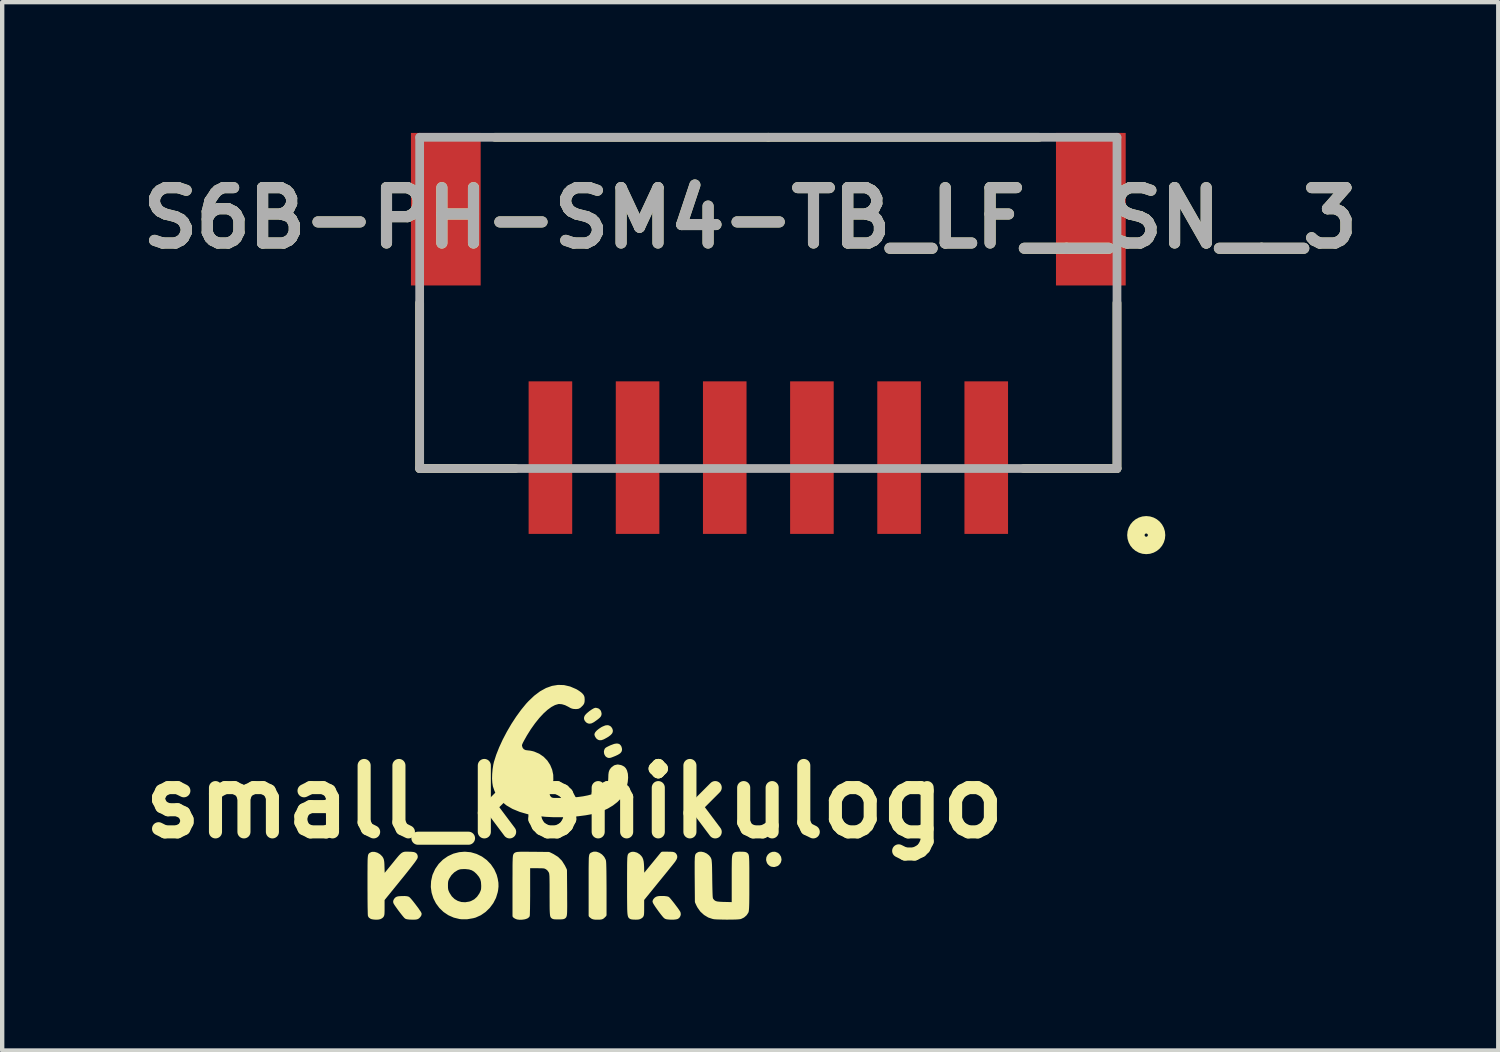
<source format=kicad_pcb>
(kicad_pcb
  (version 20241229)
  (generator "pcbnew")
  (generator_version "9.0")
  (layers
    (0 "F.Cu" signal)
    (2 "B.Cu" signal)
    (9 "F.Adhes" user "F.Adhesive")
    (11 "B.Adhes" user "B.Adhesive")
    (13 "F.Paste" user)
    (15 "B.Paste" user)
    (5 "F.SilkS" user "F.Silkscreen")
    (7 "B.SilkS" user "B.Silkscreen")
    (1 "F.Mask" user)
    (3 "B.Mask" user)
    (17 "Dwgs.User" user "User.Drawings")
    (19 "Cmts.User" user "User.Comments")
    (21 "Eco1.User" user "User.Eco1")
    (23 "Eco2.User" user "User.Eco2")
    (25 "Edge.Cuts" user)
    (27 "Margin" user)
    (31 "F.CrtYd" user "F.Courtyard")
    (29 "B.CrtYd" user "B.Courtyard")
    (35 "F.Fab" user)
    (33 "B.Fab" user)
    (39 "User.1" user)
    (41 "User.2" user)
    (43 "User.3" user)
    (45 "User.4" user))
  (footprint "S6B-PH-SM4-TB_LF__SN__3"
    (layer "F.Cu")
    (at 14.579 3.45)
    (property "Reference" "S6B-PH-SM4-TB_LF__SN__3" (at -0.415 -1.499 0) (layer "F.SilkS") (effects (font (size 1.27 1.27) (thickness 0.254))))
    (attr smd)
    (fp_line (start -8 4.25) (end -8 0.45) (stroke (width 0.2) (type solid)) (layer "F.SilkS"))
    (fp_line (start -8 4.25) (end -5.803 4.25) (stroke (width 0.2) (type solid)) (layer "F.SilkS"))
    (fp_line (start 0 -3.35) (end -6.275 -3.35) (stroke (width 0.2) (type solid)) (layer "F.SilkS"))
    (fp_line (start 0 -3.35) (end 6.212 -3.35) (stroke (width 0.2) (type solid)) (layer "F.SilkS"))
    (fp_line (start 8 4.25) (end 5.858 4.25) (stroke (width 0.2) (type solid)) (layer "F.SilkS"))
    (fp_line (start 8 4.25) (end 8 0.45) (stroke (width 0.2) (type solid)) (layer "F.SilkS"))
    (fp_circle (center 8.671 5.778) (end 8.671 6.015) (stroke (width 0.4) (type solid)) (fill no) (layer "F.SilkS"))
    (fp_line (start -8 -3.35) (end -8 4.25) (stroke (width 0.2) (type solid)) (layer "F.Fab"))
    (fp_line (start -8 4.25) (end 8 4.25) (stroke (width 0.2) (type solid)) (layer "F.Fab"))
    (fp_line (start 8 -3.35) (end -8 -3.35) (stroke (width 0.2) (type solid)) (layer "F.Fab"))
    (fp_line (start 8 4.25) (end 8 -3.35) (stroke (width 0.2) (type solid)) (layer "F.Fab"))
    (fp_text user "${REFERENCE}" (at -0.415 -1.499 0) (layer "F.Fab") (effects (font (size 1.27 1.27) (thickness 0.254))))
    (pad "1" smd rect (at 5 4) (size 1 3.5) (layers "F.Cu" "F.Mask" "F.Paste"))
    (pad "2" smd rect (at 3 4) (size 1 3.5) (layers "F.Cu" "F.Mask" "F.Paste"))
    (pad "3" smd rect (at 1 4) (size 1 3.5) (layers "F.Cu" "F.Mask" "F.Paste"))
    (pad "4" smd rect (at -1 4) (size 1 3.5) (layers "F.Cu" "F.Mask" "F.Paste"))
    (pad "5" smd rect (at -3 4) (size 1 3.5) (layers "F.Cu" "F.Mask" "F.Paste"))
    (pad "6" smd rect (at -5 4) (size 1 3.5) (layers "F.Cu" "F.Mask" "F.Paste"))
    (pad "7" smd rect (at -7.4 -1.7) (size 1.6 3.5) (layers "F.Cu" "F.Mask" "F.Paste"))
    (pad "8" smd rect (at 7.4 -1.7) (size 1.6 3.5) (layers "F.Cu" "F.Mask" "F.Paste")))
  (footprint "small_konikulogo"
    (layer "F.Cu")
    (at 10.131 15.348)
    (property "Reference" "small_konikulogo" (at 0 0 0) (layer "F.SilkS") (effects (font (size 1.524 1.524) (thickness 0.3))))
    (attr through_hole)
    (fp_poly (pts (xy 4.623 1.379) (xy 4.613 1.384) (xy 4.61 1.384) (xy 4.598 1.375) (xy 4.597 1.371) (xy 4.605 1.363) (xy 4.61 1.365) (xy 4.622 1.377) (xy 4.623 1.379)) (stroke (width 0.1) (type solid)) (fill yes) (layer "F.SilkS"))
    (fp_poly (pts (xy 0.832 -1.629) (xy 0.824 -1.6) (xy 0.797 -1.57) (xy 0.751 -1.535) (xy 0.712 -1.512) (xy 0.653 -1.48) (xy 0.608 -1.464) (xy 0.574 -1.464) (xy 0.547 -1.48) (xy 0.534 -1.494) (xy 0.516 -1.523) (xy 0.508 -1.546) (xy 0.508 -1.546) (xy 0.519 -1.57) (xy 0.547 -1.601) (xy 0.589 -1.635) (xy 0.64 -1.669) (xy 0.665 -1.682) (xy 0.723 -1.706) (xy 0.768 -1.709) (xy 0.802 -1.691) (xy 0.823 -1.66) (xy 0.832 -1.629)) (stroke (width 0.1) (type solid)) (fill yes) (layer "F.SilkS"))
    (fp_poly (pts (xy 0.572 -2.025) (xy 0.57 -2.003) (xy 0.561 -1.984) (xy 0.542 -1.963) (xy 0.509 -1.935) (xy 0.478 -1.912) (xy 0.42 -1.871) (xy 0.375 -1.848) (xy 0.339 -1.843) (xy 0.31 -1.854) (xy 0.293 -1.869) (xy 0.272 -1.898) (xy 0.268 -1.927) (xy 0.282 -1.958) (xy 0.315 -1.994) (xy 0.369 -2.039) (xy 0.377 -2.045) (xy 0.419 -2.074) (xy 0.457 -2.097) (xy 0.484 -2.108) (xy 0.488 -2.108) (xy 0.531 -2.097) (xy 0.561 -2.067) (xy 0.572 -2.025)) (stroke (width 0.1) (type solid)) (fill yes) (layer "F.SilkS"))
    (fp_poly (pts (xy 1.042 -1.206) (xy 1.037 -1.176) (xy 1.015 -1.15) (xy 0.973 -1.124) (xy 0.922 -1.1) (xy 0.863 -1.076) (xy 0.822 -1.061) (xy 0.794 -1.056) (xy 0.774 -1.061) (xy 0.756 -1.073) (xy 0.749 -1.079) (xy 0.73 -1.113) (xy 0.725 -1.154) (xy 0.736 -1.189) (xy 0.742 -1.198) (xy 0.762 -1.211) (xy 0.799 -1.23) (xy 0.846 -1.252) (xy 0.859 -1.257) (xy 0.924 -1.281) (xy 0.972 -1.289) (xy 1.005 -1.282) (xy 1.026 -1.259) (xy 1.033 -1.243) (xy 1.042 -1.206)) (stroke (width 0.1) (type solid)) (fill yes) (layer "F.SilkS"))
    (fp_poly (pts (xy 4.614 1.308) (xy 4.607 1.319) (xy 4.594 1.325) (xy 4.594 1.298) (xy 4.589 1.285) (xy 4.579 1.283) (xy 4.562 1.293) (xy 4.559 1.303) (xy 4.567 1.317) (xy 4.582 1.314) (xy 4.594 1.298) (xy 4.594 1.325) (xy 4.582 1.332) (xy 4.57 1.333) (xy 4.55 1.345) (xy 4.543 1.362) (xy 4.54 1.367) (xy 4.537 1.35) (xy 4.536 1.324) (xy 4.536 1.285) (xy 4.54 1.265) (xy 4.551 1.258) (xy 4.565 1.257) (xy 4.594 1.266) (xy 4.612 1.285) (xy 4.614 1.308)) (stroke (width 0.1) (type solid)) (fill yes) (layer "F.SilkS"))
    (fp_poly (pts (xy 4.701 1.326) (xy 4.689 1.374) (xy 4.679 1.387) (xy 4.679 1.316) (xy 4.671 1.272) (xy 4.656 1.246) (xy 4.617 1.218) (xy 4.574 1.211) (xy 4.532 1.221) (xy 4.497 1.246) (xy 4.473 1.282) (xy 4.466 1.327) (xy 4.472 1.359) (xy 4.498 1.399) (xy 4.538 1.423) (xy 4.583 1.429) (xy 4.629 1.416) (xy 4.654 1.397) (xy 4.674 1.361) (xy 4.679 1.316) (xy 4.679 1.387) (xy 4.658 1.414) (xy 4.636 1.429) (xy 4.58 1.446) (xy 4.528 1.439) (xy 4.51 1.43) (xy 4.48 1.405) (xy 4.463 1.383) (xy 4.447 1.333) (xy 4.451 1.286) (xy 4.473 1.245) (xy 4.507 1.214) (xy 4.549 1.197) (xy 4.595 1.195) (xy 4.64 1.213) (xy 4.662 1.231) (xy 4.692 1.276) (xy 4.701 1.326)) (stroke (width 0.1) (type solid)) (fill yes) (layer "F.SilkS"))
    (fp_poly (pts (xy 2.39 2.583) (xy 2.376 2.618) (xy 2.351 2.641) (xy 2.322 2.648) (xy 2.277 2.653) (xy 2.223 2.654) (xy 2.17 2.651) (xy 2.125 2.646) (xy 2.099 2.638) (xy 2.08 2.622) (xy 2.052 2.59) (xy 2.017 2.546) (xy 1.978 2.495) (xy 1.939 2.441) (xy 1.902 2.389) (xy 1.872 2.343) (xy 1.85 2.307) (xy 1.842 2.286) (xy 1.841 2.285) (xy 1.851 2.262) (xy 1.874 2.237) (xy 1.875 2.236) (xy 1.898 2.222) (xy 1.926 2.214) (xy 1.967 2.21) (xy 2.009 2.21) (xy 2.06 2.211) (xy 2.104 2.216) (xy 2.132 2.222) (xy 2.135 2.223) (xy 2.15 2.237) (xy 2.176 2.267) (xy 2.21 2.309) (xy 2.249 2.358) (xy 2.288 2.41) (xy 2.326 2.46) (xy 2.357 2.504) (xy 2.379 2.538) (xy 2.385 2.548) (xy 2.39 2.583)) (stroke (width 0.1) (type solid)) (fill yes) (layer "F.SilkS"))
    (fp_poly (pts (xy -3.556 2.574) (xy -3.564 2.595) (xy -3.585 2.621) (xy -3.587 2.623) (xy -3.605 2.639) (xy -3.625 2.648) (xy -3.654 2.652) (xy -3.698 2.654) (xy -3.724 2.653) (xy -3.776 2.652) (xy -3.821 2.647) (xy -3.85 2.641) (xy -3.854 2.64) (xy -3.87 2.626) (xy -3.897 2.595) (xy -3.931 2.553) (xy -3.97 2.503) (xy -4.01 2.45) (xy -4.047 2.398) (xy -4.079 2.353) (xy -4.101 2.318) (xy -4.111 2.298) (xy -4.108 2.275) (xy -4.091 2.247) (xy -4.076 2.232) (xy -4.057 2.222) (xy -4.028 2.216) (xy -3.982 2.213) (xy -3.959 2.212) (xy -3.898 2.211) (xy -3.851 2.215) (xy -3.824 2.222) (xy -3.807 2.237) (xy -3.78 2.267) (xy -3.744 2.31) (xy -3.705 2.36) (xy -3.665 2.413) (xy -3.626 2.464) (xy -3.594 2.511) (xy -3.569 2.547) (xy -3.557 2.57) (xy -3.556 2.574)) (stroke (width 0.1) (type solid)) (fill yes) (layer "F.SilkS"))
    (fp_poly (pts (xy 0.686 2.592) (xy 0.655 2.623) (xy 0.635 2.64) (xy 0.613 2.649) (xy 0.581 2.653) (xy 0.531 2.654) (xy 0.529 2.654) (xy 0.474 2.653) (xy 0.438 2.647) (xy 0.412 2.636) (xy 0.405 2.63) (xy 0.375 2.606) (xy 0.375 1.918) (xy 0.375 1.768) (xy 0.375 1.642) (xy 0.375 1.537) (xy 0.376 1.451) (xy 0.377 1.382) (xy 0.378 1.329) (xy 0.379 1.289) (xy 0.382 1.26) (xy 0.385 1.24) (xy 0.388 1.227) (xy 0.392 1.218) (xy 0.397 1.213) (xy 0.399 1.212) (xy 0.445 1.193) (xy 0.497 1.194) (xy 0.55 1.213) (xy 0.6 1.246) (xy 0.642 1.292) (xy 0.67 1.346) (xy 0.673 1.356) (xy 0.676 1.381) (xy 0.679 1.43) (xy 0.681 1.501) (xy 0.683 1.594) (xy 0.684 1.706) (xy 0.685 1.836) (xy 0.686 1.983) (xy 0.686 1.998) (xy 0.686 2.592)) (stroke (width 0.1) (type solid)) (fill yes) (layer "F.SilkS"))
    (fp_poly (pts (xy 2.309 1.269) (xy 2.296 1.302) (xy 2.268 1.346) (xy 2.231 1.393) (xy 2.205 1.426) (xy 2.164 1.476) (xy 2.113 1.54) (xy 2.053 1.614) (xy 1.986 1.696) (xy 1.916 1.782) (xy 1.85 1.863) (xy 1.549 2.234) (xy 1.549 2.418) (xy 1.549 2.49) (xy 1.548 2.54) (xy 1.546 2.574) (xy 1.542 2.596) (xy 1.535 2.611) (xy 1.524 2.622) (xy 1.516 2.628) (xy 1.488 2.644) (xy 1.453 2.652) (xy 1.405 2.653) (xy 1.36 2.652) (xy 1.324 2.649) (xy 1.308 2.645) (xy 1.297 2.641) (xy 1.288 2.635) (xy 1.28 2.626) (xy 1.274 2.611) (xy 1.269 2.588) (xy 1.265 2.556) (xy 1.262 2.513) (xy 1.26 2.455) (xy 1.259 2.382) (xy 1.258 2.292) (xy 1.257 2.181) (xy 1.257 2.049) (xy 1.257 1.917) (xy 1.257 1.768) (xy 1.257 1.642) (xy 1.258 1.538) (xy 1.258 1.452) (xy 1.259 1.384) (xy 1.261 1.331) (xy 1.262 1.291) (xy 1.265 1.262) (xy 1.268 1.242) (xy 1.271 1.229) (xy 1.276 1.22) (xy 1.281 1.215) (xy 1.318 1.197) (xy 1.366 1.197) (xy 1.417 1.212) (xy 1.465 1.243) (xy 1.471 1.249) (xy 1.496 1.274) (xy 1.515 1.301) (xy 1.528 1.333) (xy 1.538 1.374) (xy 1.544 1.429) (xy 1.548 1.503) (xy 1.549 1.557) (xy 1.556 1.761) (xy 1.788 1.477) (xy 2.02 1.194) (xy 2.145 1.194) (xy 2.205 1.195) (xy 2.244 1.197) (xy 2.27 1.203) (xy 2.286 1.212) (xy 2.29 1.217) (xy 2.306 1.241) (xy 2.309 1.269)) (stroke (width 0.1) (type solid)) (fill yes) (layer "F.SilkS"))
    (fp_poly (pts (xy -3.645 1.265) (xy -3.651 1.28) (xy -3.669 1.309) (xy -3.699 1.353) (xy -3.744 1.412) (xy -3.802 1.487) (xy -3.875 1.579) (xy -3.963 1.689) (xy -4.026 1.766) (xy -4.407 2.236) (xy -4.407 2.419) (xy -4.407 2.49) (xy -4.408 2.541) (xy -4.41 2.575) (xy -4.415 2.597) (xy -4.422 2.611) (xy -4.433 2.622) (xy -4.44 2.628) (xy -4.469 2.644) (xy -4.506 2.652) (xy -4.551 2.654) (xy -4.598 2.651) (xy -4.636 2.645) (xy -4.655 2.639) (xy -4.679 2.622) (xy -4.689 2.611) (xy -4.691 2.596) (xy -4.693 2.558) (xy -4.694 2.499) (xy -4.696 2.422) (xy -4.697 2.33) (xy -4.698 2.224) (xy -4.698 2.106) (xy -4.699 1.98) (xy -4.699 1.916) (xy -4.699 1.767) (xy -4.699 1.642) (xy -4.698 1.537) (xy -4.698 1.452) (xy -4.697 1.384) (xy -4.696 1.331) (xy -4.694 1.291) (xy -4.691 1.262) (xy -4.689 1.242) (xy -4.685 1.229) (xy -4.681 1.22) (xy -4.676 1.215) (xy -4.639 1.197) (xy -4.592 1.198) (xy -4.541 1.213) (xy -4.492 1.242) (xy -4.451 1.282) (xy -4.445 1.291) (xy -4.433 1.31) (xy -4.425 1.329) (xy -4.419 1.353) (xy -4.414 1.386) (xy -4.411 1.433) (xy -4.409 1.498) (xy -4.407 1.551) (xy -4.401 1.765) (xy -4.197 1.515) (xy -4.126 1.428) (xy -4.069 1.357) (xy -4.024 1.303) (xy -3.988 1.261) (xy -3.959 1.232) (xy -3.935 1.212) (xy -3.914 1.201) (xy -3.893 1.195) (xy -3.869 1.193) (xy -3.841 1.193) (xy -3.807 1.194) (xy -3.806 1.194) (xy -3.738 1.196) (xy -3.692 1.202) (xy -3.663 1.215) (xy -3.649 1.236) (xy -3.645 1.265)) (stroke (width 0.1) (type solid)) (fill yes) (layer "F.SilkS"))
    (fp_poly (pts (xy -1.793 1.94) (xy -1.802 2.023) (xy -1.81 2.064) (xy -1.847 2.185) (xy -1.905 2.298) (xy -1.981 2.4) (xy -2.071 2.488) (xy -2.09 2.501) (xy -2.09 1.939) (xy -2.09 1.918) (xy -2.096 1.83) (xy -2.115 1.758) (xy -2.15 1.693) (xy -2.205 1.626) (xy -2.21 1.62) (xy -2.273 1.562) (xy -2.337 1.524) (xy -2.409 1.502) (xy -2.495 1.493) (xy -2.521 1.492) (xy -2.582 1.494) (xy -2.626 1.498) (xy -2.664 1.508) (xy -2.704 1.524) (xy -2.705 1.525) (xy -2.789 1.578) (xy -2.862 1.651) (xy -2.917 1.737) (xy -2.917 1.738) (xy -2.936 1.779) (xy -2.947 1.817) (xy -2.952 1.86) (xy -2.953 1.918) (xy -2.952 1.975) (xy -2.947 2.018) (xy -2.936 2.055) (xy -2.917 2.098) (xy -2.911 2.111) (xy -2.854 2.2) (xy -2.782 2.27) (xy -2.698 2.319) (xy -2.604 2.348) (xy -2.504 2.354) (xy -2.399 2.337) (xy -2.354 2.322) (xy -2.271 2.278) (xy -2.198 2.212) (xy -2.14 2.129) (xy -2.131 2.111) (xy -2.11 2.065) (xy -2.097 2.028) (xy -2.092 1.99) (xy -2.09 1.939) (xy -2.09 2.501) (xy -2.173 2.558) (xy -2.284 2.608) (xy -2.332 2.621) (xy -2.465 2.644) (xy -2.588 2.644) (xy -2.626 2.64) (xy -2.753 2.609) (xy -2.869 2.558) (xy -2.973 2.488) (xy -3.062 2.402) (xy -3.136 2.303) (xy -3.192 2.193) (xy -3.229 2.075) (xy -3.246 1.952) (xy -3.24 1.826) (xy -3.212 1.699) (xy -3.207 1.685) (xy -3.152 1.564) (xy -3.077 1.456) (xy -2.986 1.365) (xy -2.88 1.291) (xy -2.762 1.236) (xy -2.636 1.204) (xy -2.517 1.194) (xy -2.387 1.206) (xy -2.264 1.242) (xy -2.149 1.298) (xy -2.046 1.373) (xy -1.957 1.465) (xy -1.885 1.571) (xy -1.832 1.689) (xy -1.81 1.772) (xy -1.795 1.86) (xy -1.793 1.94)) (stroke (width 0.1) (type solid)) (fill yes) (layer "F.SilkS"))
    (fp_poly (pts (xy -0.217 2.321) (xy -0.217 2.408) (xy -0.218 2.476) (xy -0.219 2.528) (xy -0.221 2.567) (xy -0.224 2.593) (xy -0.228 2.611) (xy -0.233 2.621) (xy -0.233 2.623) (xy -0.245 2.635) (xy -0.263 2.642) (xy -0.292 2.646) (xy -0.339 2.648) (xy -0.368 2.648) (xy -0.425 2.647) (xy -0.462 2.645) (xy -0.484 2.639) (xy -0.498 2.629) (xy -0.503 2.623) (xy -0.507 2.613) (xy -0.511 2.594) (xy -0.514 2.565) (xy -0.517 2.523) (xy -0.519 2.466) (xy -0.52 2.392) (xy -0.52 2.298) (xy -0.521 2.182) (xy -0.521 2.122) (xy -0.521 2) (xy -0.521 1.899) (xy -0.522 1.819) (xy -0.523 1.757) (xy -0.524 1.708) (xy -0.527 1.672) (xy -0.53 1.645) (xy -0.534 1.625) (xy -0.54 1.609) (xy -0.546 1.594) (xy -0.547 1.591) (xy -0.589 1.534) (xy -0.628 1.505) (xy -0.65 1.493) (xy -0.671 1.484) (xy -0.697 1.478) (xy -0.732 1.475) (xy -0.78 1.474) (xy -0.848 1.473) (xy -0.874 1.473) (xy -1.067 1.473) (xy -1.067 2.035) (xy -1.067 2.153) (xy -1.068 2.262) (xy -1.069 2.362) (xy -1.07 2.448) (xy -1.072 2.519) (xy -1.073 2.571) (xy -1.075 2.603) (xy -1.077 2.611) (xy -1.103 2.631) (xy -1.147 2.646) (xy -1.2 2.654) (xy -1.256 2.656) (xy -1.306 2.65) (xy -1.343 2.635) (xy -1.343 2.635) (xy -1.372 2.615) (xy -1.372 1.925) (xy -1.372 1.775) (xy -1.371 1.649) (xy -1.371 1.543) (xy -1.371 1.457) (xy -1.37 1.388) (xy -1.368 1.335) (xy -1.367 1.294) (xy -1.364 1.264) (xy -1.362 1.244) (xy -1.358 1.23) (xy -1.354 1.221) (xy -1.349 1.215) (xy -1.348 1.214) (xy -1.339 1.208) (xy -1.325 1.203) (xy -1.305 1.199) (xy -1.275 1.197) (xy -1.232 1.195) (xy -1.173 1.195) (xy -1.095 1.195) (xy -0.996 1.196) (xy -0.957 1.196) (xy -0.59 1.2) (xy -0.505 1.242) (xy -0.407 1.303) (xy -0.327 1.383) (xy -0.266 1.48) (xy -0.264 1.483) (xy -0.222 1.568) (xy -0.218 2.082) (xy -0.218 2.213) (xy -0.217 2.321)) (stroke (width 0.1) (type solid)) (fill yes) (layer "F.SilkS"))
    (fp_poly (pts (xy 3.962 1.859) (xy 3.962 2.007) (xy 3.962 2.132) (xy 3.961 2.235) (xy 3.96 2.319) (xy 3.958 2.385) (xy 3.956 2.436) (xy 3.953 2.474) (xy 3.95 2.5) (xy 3.946 2.516) (xy 3.945 2.519) (xy 3.912 2.569) (xy 3.863 2.612) (xy 3.805 2.64) (xy 3.8 2.641) (xy 3.771 2.645) (xy 3.722 2.649) (xy 3.657 2.651) (xy 3.582 2.652) (xy 3.501 2.653) (xy 3.42 2.652) (xy 3.342 2.65) (xy 3.275 2.648) (xy 3.221 2.645) (xy 3.188 2.64) (xy 3.092 2.609) (xy 3.004 2.556) (xy 2.926 2.485) (xy 2.865 2.399) (xy 2.847 2.365) (xy 2.813 2.292) (xy 2.809 1.767) (xy 2.808 1.637) (xy 2.808 1.53) (xy 2.808 1.443) (xy 2.808 1.375) (xy 2.81 1.323) (xy 2.811 1.284) (xy 2.814 1.257) (xy 2.817 1.238) (xy 2.821 1.226) (xy 2.827 1.218) (xy 2.827 1.218) (xy 2.861 1.197) (xy 2.907 1.194) (xy 2.958 1.205) (xy 3.009 1.229) (xy 3.053 1.264) (xy 3.077 1.295) (xy 3.085 1.308) (xy 3.091 1.322) (xy 3.096 1.339) (xy 3.099 1.364) (xy 3.102 1.397) (xy 3.105 1.443) (xy 3.107 1.503) (xy 3.108 1.581) (xy 3.11 1.679) (xy 3.111 1.78) (xy 3.113 1.898) (xy 3.115 1.993) (xy 3.117 2.068) (xy 3.119 2.125) (xy 3.121 2.168) (xy 3.124 2.2) (xy 3.128 2.221) (xy 3.133 2.237) (xy 3.139 2.249) (xy 3.145 2.257) (xy 3.17 2.287) (xy 3.197 2.309) (xy 3.229 2.325) (xy 3.272 2.336) (xy 3.33 2.342) (xy 3.406 2.346) (xy 3.458 2.347) (xy 3.658 2.352) (xy 3.658 1.801) (xy 3.658 1.666) (xy 3.658 1.554) (xy 3.659 1.463) (xy 3.66 1.391) (xy 3.661 1.335) (xy 3.663 1.293) (xy 3.666 1.263) (xy 3.67 1.242) (xy 3.674 1.229) (xy 3.677 1.222) (xy 3.689 1.208) (xy 3.706 1.2) (xy 3.732 1.196) (xy 3.775 1.194) (xy 3.809 1.194) (xy 3.865 1.195) (xy 3.903 1.198) (xy 3.926 1.205) (xy 3.941 1.217) (xy 3.941 1.217) (xy 3.946 1.224) (xy 3.95 1.236) (xy 3.954 1.254) (xy 3.956 1.281) (xy 3.958 1.318) (xy 3.96 1.368) (xy 3.961 1.434) (xy 3.962 1.516) (xy 3.962 1.618) (xy 3.962 1.742) (xy 3.962 1.859)) (stroke (width 0.1) (type solid)) (fill yes) (layer "F.SilkS"))
    (fp_poly (pts (xy 1.181 -0.556) (xy 1.173 -0.465) (xy 1.154 -0.37) (xy 1.124 -0.276) (xy 1.089 -0.2) (xy 1.032 -0.115) (xy 0.952 -0.033) (xy 0.855 0.042) (xy 0.742 0.11) (xy 0.618 0.167) (xy 0.536 0.196) (xy 0.403 0.231) (xy 0.249 0.259) (xy 0.081 0.281) (xy -0.098 0.296) (xy -0.284 0.303) (xy -0.47 0.303) (xy -0.653 0.294) (xy -0.688 0.291) (xy -0.89 0.268) (xy -1.072 0.232) (xy -1.238 0.184) (xy -1.389 0.122) (xy -1.408 0.113) (xy -1.534 0.039) (xy -1.64 -0.049) (xy -1.725 -0.151) (xy -1.788 -0.266) (xy -1.823 -0.368) (xy -1.835 -0.443) (xy -1.841 -0.535) (xy -1.838 -0.637) (xy -1.829 -0.742) (xy -1.813 -0.843) (xy -1.799 -0.904) (xy -1.749 -1.062) (xy -1.682 -1.231) (xy -1.601 -1.407) (xy -1.508 -1.584) (xy -1.406 -1.759) (xy -1.297 -1.926) (xy -1.185 -2.08) (xy -1.072 -2.218) (xy -1.02 -2.274) (xy -0.891 -2.397) (xy -0.762 -2.494) (xy -0.632 -2.566) (xy -0.503 -2.612) (xy -0.374 -2.633) (xy -0.245 -2.629) (xy -0.116 -2.599) (xy 0.012 -2.544) (xy 0.032 -2.534) (xy 0.078 -2.505) (xy 0.121 -2.474) (xy 0.146 -2.451) (xy 0.169 -2.423) (xy 0.181 -2.394) (xy 0.184 -2.354) (xy 0.184 -2.343) (xy 0.182 -2.3) (xy 0.174 -2.271) (xy 0.153 -2.243) (xy 0.136 -2.226) (xy 0.105 -2.197) (xy 0.078 -2.183) (xy 0.044 -2.179) (xy 0.022 -2.179) (xy -0.022 -2.182) (xy -0.062 -2.194) (xy -0.107 -2.219) (xy -0.119 -2.226) (xy -0.198 -2.265) (xy -0.279 -2.289) (xy -0.355 -2.295) (xy -0.382 -2.292) (xy -0.466 -2.267) (xy -0.556 -2.219) (xy -0.65 -2.15) (xy -0.747 -2.062) (xy -0.846 -1.955) (xy -0.944 -1.833) (xy -1.041 -1.697) (xy -1.135 -1.547) (xy -1.2 -1.431) (xy -1.229 -1.376) (xy -1.246 -1.337) (xy -1.254 -1.307) (xy -1.254 -1.282) (xy -1.253 -1.274) (xy -1.232 -1.212) (xy -1.192 -1.166) (xy -1.136 -1.139) (xy -1.068 -1.13) (xy -1.028 -1.126) (xy -0.978 -1.116) (xy -0.941 -1.106) (xy -0.833 -1.06) (xy -0.74 -0.996) (xy -0.662 -0.916) (xy -0.602 -0.824) (xy -0.56 -0.723) (xy -0.537 -0.615) (xy -0.535 -0.505) (xy -0.556 -0.394) (xy -0.595 -0.296) (xy -0.618 -0.23) (xy -0.62 -0.168) (xy -0.602 -0.113) (xy -0.566 -0.07) (xy -0.543 -0.056) (xy -0.527 -0.049) (xy -0.506 -0.044) (xy -0.478 -0.04) (xy -0.438 -0.039) (xy -0.382 -0.039) (xy -0.308 -0.04) (xy -0.229 -0.042) (xy -0.066 -0.048) (xy 0.077 -0.06) (xy 0.204 -0.077) (xy 0.32 -0.1) (xy 0.429 -0.13) (xy 0.46 -0.14) (xy 0.549 -0.173) (xy 0.62 -0.207) (xy 0.677 -0.244) (xy 0.727 -0.29) (xy 0.74 -0.305) (xy 0.784 -0.361) (xy 0.81 -0.421) (xy 0.823 -0.49) (xy 0.826 -0.549) (xy 0.828 -0.62) (xy 0.835 -0.672) (xy 0.849 -0.711) (xy 0.873 -0.744) (xy 0.883 -0.755) (xy 0.935 -0.794) (xy 0.992 -0.807) (xy 1.054 -0.796) (xy 1.074 -0.788) (xy 1.113 -0.767) (xy 1.139 -0.739) (xy 1.158 -0.703) (xy 1.176 -0.637) (xy 1.181 -0.556)) (stroke (width 0.1) (type solid)) (fill yes) (layer "F.SilkS")))
  (gr_rect
    (start -3 -3)
    (end 31.327 21.054)
    (stroke (width 0.1) (type default))
    (fill no)
    (layer "Edge.Cuts")))
</source>
